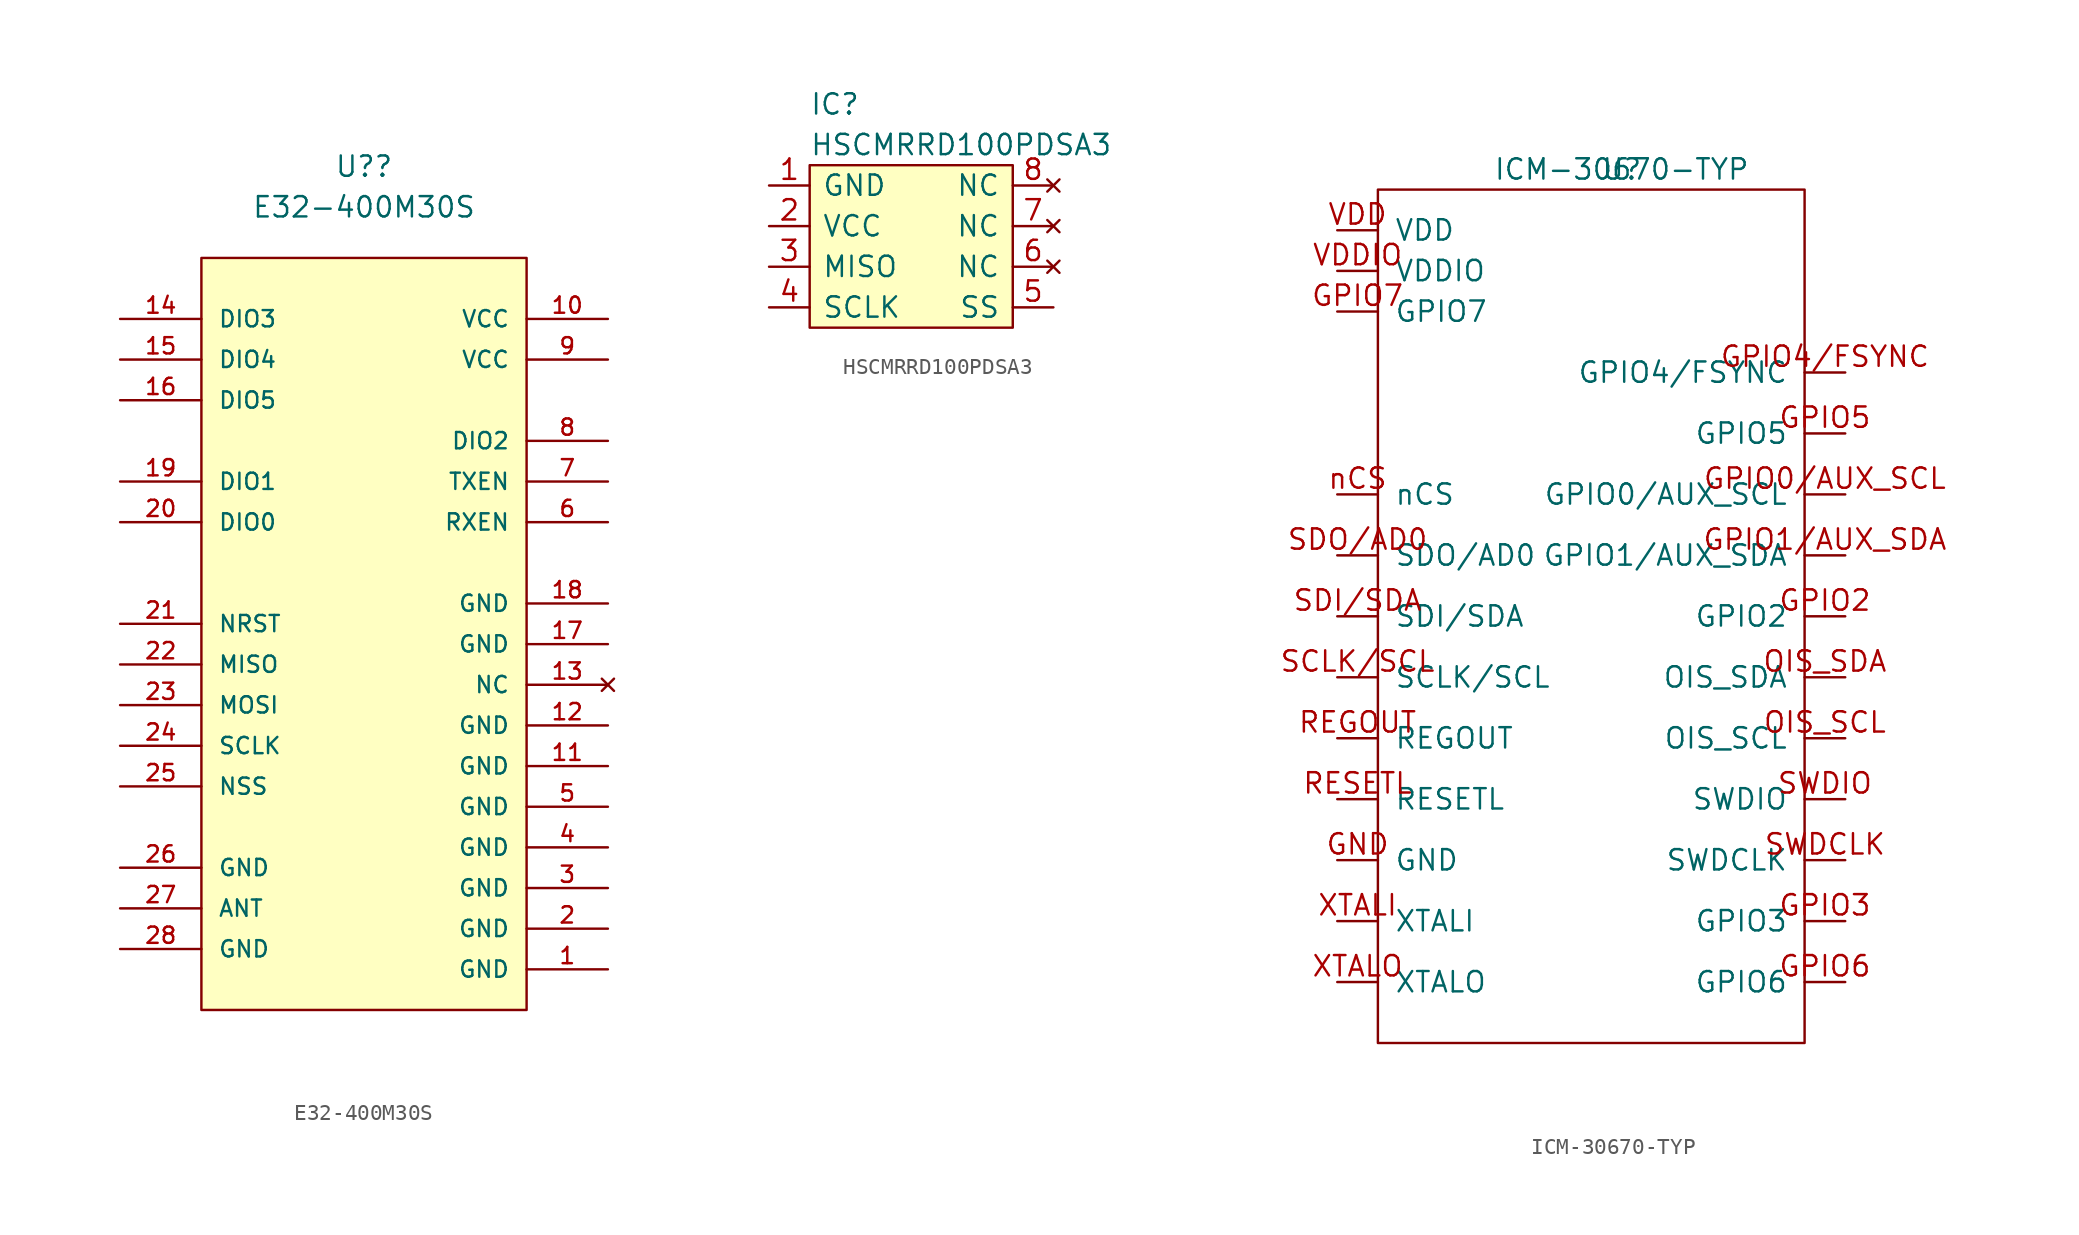
<source format=kicad_sym>
(kicad_symbol_lib
  (version 20220914)
  (generator kicad_symbol_editor)
  (symbol "E32-400M30S"
    (pin_names
      (offset 1.016))
    (property "Reference" "U?"
      (at 17.78 41.275 0)
      (effects (font (size 1.27 1.27))))
    (property "Value" "E32-400M30S"
      (at 17.78 38.735 0)
      (effects (font (size 1.27 1.27))))
    (symbol "E32-400M30S_0_0"
      (rectangle (start 7.62 35.56) (end 27.94 -11.43) (stroke (width 0.152) (type default)) (fill (type background)))
      (pin bidirectional line (at 33.02 -8.89 180) (length 5.08) (name "GND" (effects (font (size 1.016 1.016)))) (number "1" (effects (font (size 1.016 1.016)))))
      (pin bidirectional line (at 33.02 31.75 180) (length 5.08) (name "VCC" (effects (font (size 1.016 1.016)))) (number "10" (effects (font (size 1.016 1.016)))))
      (pin bidirectional line (at 33.02 3.81 180) (length 5.08) (name "GND" (effects (font (size 1.016 1.016)))) (number "11" (effects (font (size 1.016 1.016)))))
      (pin bidirectional line (at 33.02 6.35 180) (length 5.08) (name "GND" (effects (font (size 1.016 1.016)))) (number "12" (effects (font (size 1.016 1.016)))))
      (pin no_connect line (at 33.02 8.89 180) (length 5.08) (name "NC" (effects (font (size 1.016 1.016)))) (number "13" (effects (font (size 1.016 1.016)))))
      (pin bidirectional line (at 2.54 31.75 0) (length 5.08) (name "DIO3" (effects (font (size 1.016 1.016)))) (number "14" (effects (font (size 1.016 1.016)))))
      (pin bidirectional line (at 2.54 29.21 0) (length 5.08) (name "DIO4" (effects (font (size 1.016 1.016)))) (number "15" (effects (font (size 1.016 1.016)))))
      (pin bidirectional line (at 2.54 26.67 0) (length 5.08) (name "DIO5" (effects (font (size 1.016 1.016)))) (number "16" (effects (font (size 1.016 1.016)))))
      (pin bidirectional line (at 33.02 11.43 180) (length 5.08) (name "GND" (effects (font (size 1.016 1.016)))) (number "17" (effects (font (size 1.016 1.016)))))
      (pin bidirectional line (at 33.02 13.97 180) (length 5.08) (name "GND" (effects (font (size 1.016 1.016)))) (number "18" (effects (font (size 1.016 1.016)))))
      (pin bidirectional line (at 2.54 21.59 0) (length 5.08) (name "DIO1" (effects (font (size 1.016 1.016)))) (number "19" (effects (font (size 1.016 1.016)))))
      (pin bidirectional line (at 33.02 -6.35 180) (length 5.08) (name "GND" (effects (font (size 1.016 1.016)))) (number "2" (effects (font (size 1.016 1.016)))))
      (pin bidirectional line (at 2.54 19.05 0) (length 5.08) (name "DIO0" (effects (font (size 1.016 1.016)))) (number "20" (effects (font (size 1.016 1.016)))))
      (pin input line (at 2.54 12.7 0) (length 5.08) (name "NRST" (effects (font (size 1.016 1.016)))) (number "21" (effects (font (size 1.016 1.016)))))
      (pin output line (at 2.54 10.16 0) (length 5.08) (name "MISO" (effects (font (size 1.016 1.016)))) (number "22" (effects (font (size 1.016 1.016)))))
      (pin input line (at 2.54 7.62 0) (length 5.08) (name "MOSI" (effects (font (size 1.016 1.016)))) (number "23" (effects (font (size 1.016 1.016)))))
      (pin input line (at 2.54 5.08 0) (length 5.08) (name "SCLK" (effects (font (size 1.016 1.016)))) (number "24" (effects (font (size 1.016 1.016)))))
      (pin input line (at 2.54 2.54 0) (length 5.08) (name "NSS" (effects (font (size 1.016 1.016)))) (number "25" (effects (font (size 1.016 1.016)))))
      (pin bidirectional line (at 2.54 -2.54 0) (length 5.08) (name "GND" (effects (font (size 1.016 1.016)))) (number "26" (effects (font (size 1.016 1.016)))))
      (pin bidirectional line (at 2.54 -5.08 0) (length 5.08) (name "ANT" (effects (font (size 1.016 1.016)))) (number "27" (effects (font (size 1.016 1.016)))))
      (pin bidirectional line (at 2.54 -7.62 0) (length 5.08) (name "GND" (effects (font (size 1.016 1.016)))) (number "28" (effects (font (size 1.016 1.016)))))
      (pin bidirectional line (at 33.02 -3.81 180) (length 5.08) (name "GND" (effects (font (size 1.016 1.016)))) (number "3" (effects (font (size 1.016 1.016)))))
      (pin bidirectional line (at 33.02 -1.27 180) (length 5.08) (name "GND" (effects (font (size 1.016 1.016)))) (number "4" (effects (font (size 1.016 1.016)))))
      (pin bidirectional line (at 33.02 1.27 180) (length 5.08) (name "GND" (effects (font (size 1.016 1.016)))) (number "5" (effects (font (size 1.016 1.016)))))
      (pin bidirectional line (at 33.02 19.05 180) (length 5.08) (name "RXEN" (effects (font (size 1.016 1.016)))) (number "6" (effects (font (size 1.016 1.016)))))
      (pin bidirectional line (at 33.02 21.59 180) (length 5.08) (name "TXEN" (effects (font (size 1.016 1.016)))) (number "7" (effects (font (size 1.016 1.016)))))
      (pin bidirectional line (at 33.02 24.13 180) (length 5.08) (name "DIO2" (effects (font (size 1.016 1.016)))) (number "8" (effects (font (size 1.016 1.016)))))
      (pin bidirectional line (at 33.02 29.21 180) (length 5.08) (name "VCC" (effects (font (size 1.016 1.016)))) (number "9" (effects (font (size 1.016 1.016)))))))
  (symbol "HSCMRRD100PDSA3"
    (pin_names
      (offset 0.762))
    (property "Reference" "IC"
      (at -6.35 8.89 0)
      (effects (font (size 1.27 1.27)) (justify left)))
    (property "Value" "HSCMRRD100PDSA3"
      (at -6.35 6.35 0)
      (effects (font (size 1.27 1.27)) (justify left)))
    (symbol "HSCMRRD100PDSA3_0_0"
      (pin power_in line (at -8.89 3.81 0) (length 2.54) (name "GND" (effects (font (size 1.27 1.27)))) (number "1" (effects (font (size 1.27 1.27)))))
      (pin power_in line (at -8.89 1.27 0) (length 2.54) (name "VCC" (effects (font (size 1.27 1.27)))) (number "2" (effects (font (size 1.27 1.27)))))
      (pin output line (at -8.89 -1.27 0) (length 2.54) (name "MISO" (effects (font (size 1.27 1.27)))) (number "3" (effects (font (size 1.27 1.27)))))
      (pin input line (at -8.89 -3.81 0) (length 2.54) (name "SCLK" (effects (font (size 1.27 1.27)))) (number "4" (effects (font (size 1.27 1.27)))))
      (pin input line (at 8.89 -3.81 180) (length 2.54) (name "SS" (effects (font (size 1.27 1.27)))) (number "5" (effects (font (size 1.27 1.27)))))
      (pin no_connect line (at 8.89 -1.27 180) (length 2.54) (name "NC" (effects (font (size 1.27 1.27)))) (number "6" (effects (font (size 1.27 1.27)))))
      (pin no_connect line (at 8.89 1.27 180) (length 2.54) (name "NC" (effects (font (size 1.27 1.27)))) (number "7" (effects (font (size 1.27 1.27)))))
      (pin no_connect line (at 8.89 3.81 180) (length 2.54) (name "NC" (effects (font (size 1.27 1.27)))) (number "8" (effects (font (size 1.27 1.27))))))
    (symbol "HSCMRRD100PDSA3_0_1"
      (rectangle (start -6.35 5.08) (end 6.35 -5.08) (stroke (width 0) (type default)) (fill (type background)))))
  (symbol "ICM-30670-TYP"
    (pin_names
      (offset 1.016))
    (property "Reference" "U"
      (at 0 13.97 0)
      (effects (font (size 1.27 1.27))))
    (property "Value" "ICM-30670-TYP"
      (at 0 13.97 0)
      (effects (font (size 1.27 1.27))))
    (symbol "ICM-30670-TYP_0_1"
      (rectangle (start -15.24 -40.64) (end 11.43 12.7) (stroke (width 0) (type default)) (fill (type none))))
    (symbol "ICM-30670-TYP_1_1"
      (pin bidirectional line (at -17.78 -29.21 0) (length 2.54) (name "GND" (effects (font (size 1.27 1.27)))) (number "GND" (effects (font (size 1.27 1.27)))))
      (pin bidirectional line (at 13.97 -6.35 180) (length 2.54) (name "GPIO0/AUX_SCL" (effects (font (size 1.27 1.27)))) (number "GPIO0/AUX_SCL" (effects (font (size 1.27 1.27)))))
      (pin input line (at 13.97 -10.16 180) (length 2.54) (name "GPIO1/AUX_SDA" (effects (font (size 1.27 1.27)))) (number "GPIO1/AUX_SDA" (effects (font (size 1.27 1.27)))))
      (pin input line (at 13.97 -13.97 180) (length 2.54) (name "GPIO2" (effects (font (size 1.27 1.27)))) (number "GPIO2" (effects (font (size 1.27 1.27)))))
      (pin input line (at 13.97 -33.02 180) (length 2.54) (name "GPIO3" (effects (font (size 1.27 1.27)))) (number "GPIO3" (effects (font (size 1.27 1.27)))))
      (pin bidirectional line (at 13.97 1.27 180) (length 2.54) (name "GPIO4/FSYNC" (effects (font (size 1.27 1.27)))) (number "GPIO4/FSYNC" (effects (font (size 1.27 1.27)))))
      (pin bidirectional line (at 13.97 -2.54 180) (length 2.54) (name "GPIO5" (effects (font (size 1.27 1.27)))) (number "GPIO5" (effects (font (size 1.27 1.27)))))
      (pin input line (at 13.97 -36.83 180) (length 2.54) (name "GPIO6" (effects (font (size 1.27 1.27)))) (number "GPIO6" (effects (font (size 1.27 1.27)))))
      (pin bidirectional line (at -17.78 5.08 0) (length 2.54) (name "GPIO7" (effects (font (size 1.27 1.27)))) (number "GPIO7" (effects (font (size 1.27 1.27)))))
      (pin input line (at 13.97 -21.59 180) (length 2.54) (name "OIS_SCL" (effects (font (size 1.27 1.27)))) (number "OIS_SCL" (effects (font (size 1.27 1.27)))))
      (pin input line (at 13.97 -17.78 180) (length 2.54) (name "OIS_SDA" (effects (font (size 1.27 1.27)))) (number "OIS_SDA" (effects (font (size 1.27 1.27)))))
      (pin bidirectional line (at -17.78 -21.59 0) (length 2.54) (name "REGOUT" (effects (font (size 1.27 1.27)))) (number "REGOUT" (effects (font (size 1.27 1.27)))))
      (pin bidirectional line (at -17.78 -25.4 0) (length 2.54) (name "RESETL" (effects (font (size 1.27 1.27)))) (number "RESETL" (effects (font (size 1.27 1.27)))))
      (pin bidirectional line (at -17.78 -17.78 0) (length 2.54) (name "SCLK/SCL" (effects (font (size 1.27 1.27)))) (number "SCLK/SCL" (effects (font (size 1.27 1.27)))))
      (pin bidirectional line (at -17.78 -13.97 0) (length 2.54) (name "SDI/SDA" (effects (font (size 1.27 1.27)))) (number "SDI/SDA" (effects (font (size 1.27 1.27)))))
      (pin bidirectional line (at -17.78 -10.16 0) (length 2.54) (name "SDO/AD0" (effects (font (size 1.27 1.27)))) (number "SDO/AD0" (effects (font (size 1.27 1.27)))))
      (pin input line (at 13.97 -29.21 180) (length 2.54) (name "SWDCLK" (effects (font (size 1.27 1.27)))) (number "SWDCLK" (effects (font (size 1.27 1.27)))))
      (pin input line (at 13.97 -25.4 180) (length 2.54) (name "SWDIO" (effects (font (size 1.27 1.27)))) (number "SWDIO" (effects (font (size 1.27 1.27)))))
      (pin bidirectional line (at -17.78 10.16 0) (length 2.54) (name "VDD" (effects (font (size 1.27 1.27)))) (number "VDD" (effects (font (size 1.27 1.27)))))
      (pin bidirectional line (at -17.78 7.62 0) (length 2.54) (name "VDDIO" (effects (font (size 1.27 1.27)))) (number "VDDIO" (effects (font (size 1.27 1.27)))))
      (pin bidirectional line (at -17.78 -33.02 0) (length 2.54) (name "XTALI" (effects (font (size 1.27 1.27)))) (number "XTALI" (effects (font (size 1.27 1.27)))))
      (pin bidirectional line (at -17.78 -36.83 0) (length 2.54) (name "XTALO" (effects (font (size 1.27 1.27)))) (number "XTALO" (effects (font (size 1.27 1.27)))))
      (pin bidirectional line (at -17.78 -6.35 0) (length 2.54) (name "nCS" (effects (font (size 1.27 1.27)))) (number "nCS" (effects (font (size 1.27 1.27))))))))
</source>
